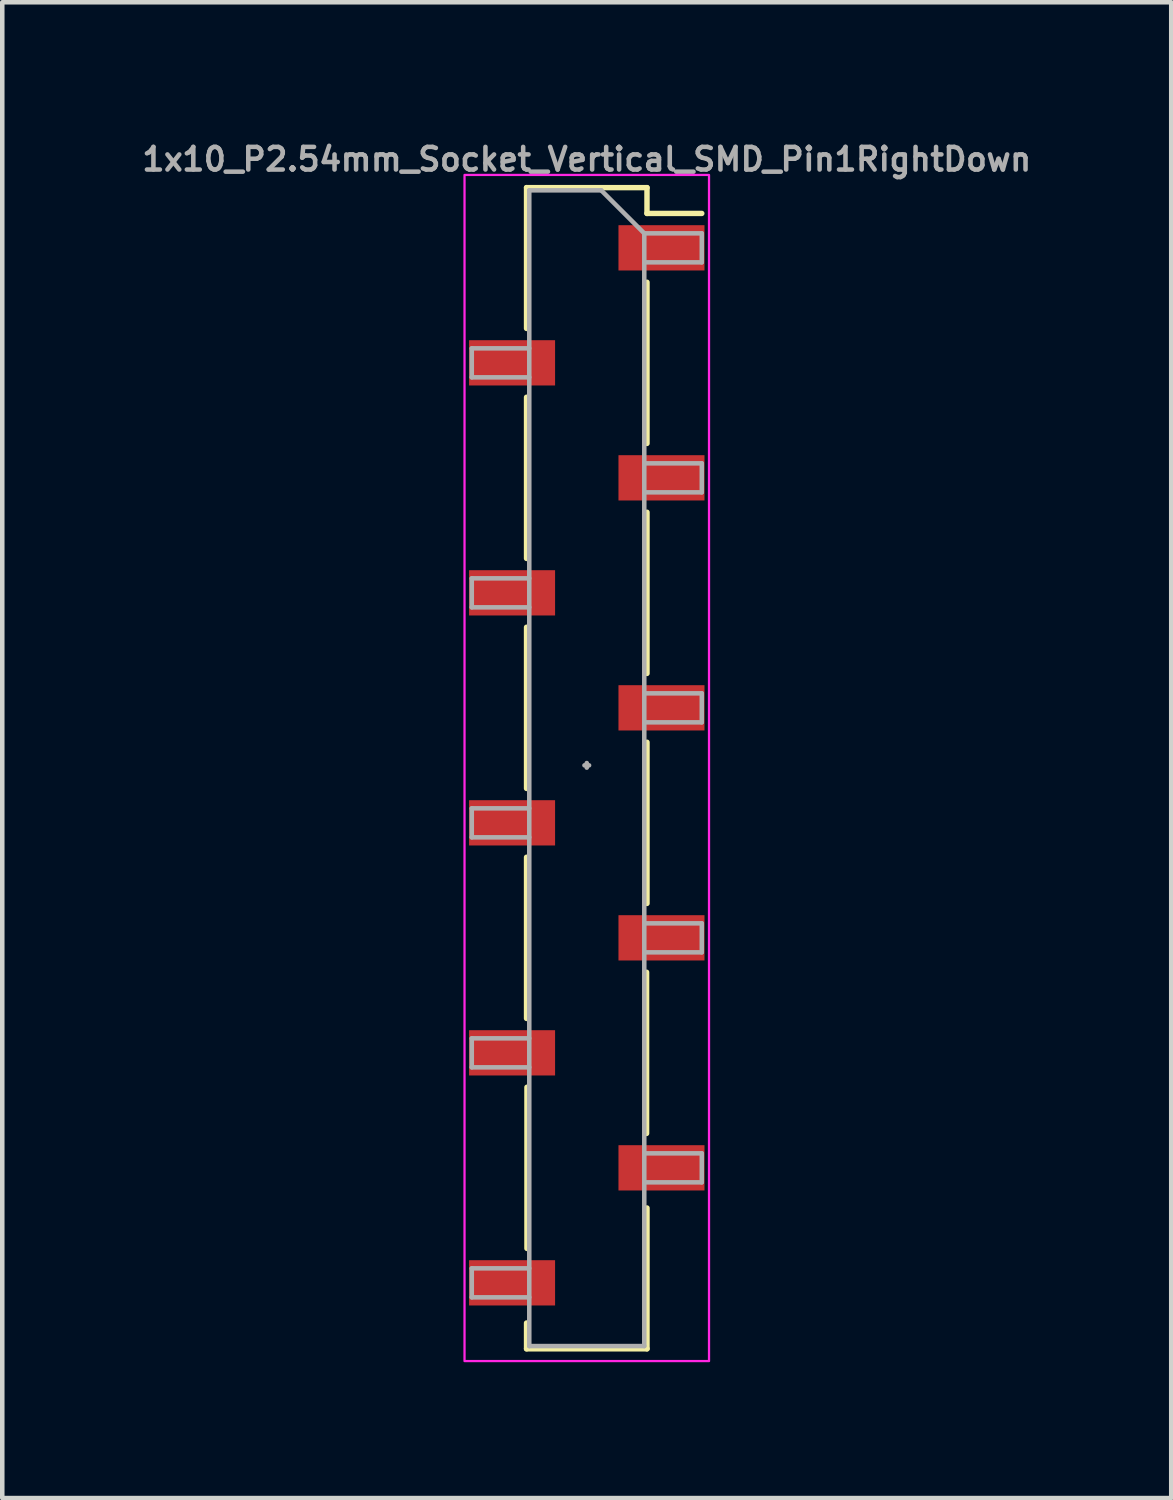
<source format=kicad_pcb>
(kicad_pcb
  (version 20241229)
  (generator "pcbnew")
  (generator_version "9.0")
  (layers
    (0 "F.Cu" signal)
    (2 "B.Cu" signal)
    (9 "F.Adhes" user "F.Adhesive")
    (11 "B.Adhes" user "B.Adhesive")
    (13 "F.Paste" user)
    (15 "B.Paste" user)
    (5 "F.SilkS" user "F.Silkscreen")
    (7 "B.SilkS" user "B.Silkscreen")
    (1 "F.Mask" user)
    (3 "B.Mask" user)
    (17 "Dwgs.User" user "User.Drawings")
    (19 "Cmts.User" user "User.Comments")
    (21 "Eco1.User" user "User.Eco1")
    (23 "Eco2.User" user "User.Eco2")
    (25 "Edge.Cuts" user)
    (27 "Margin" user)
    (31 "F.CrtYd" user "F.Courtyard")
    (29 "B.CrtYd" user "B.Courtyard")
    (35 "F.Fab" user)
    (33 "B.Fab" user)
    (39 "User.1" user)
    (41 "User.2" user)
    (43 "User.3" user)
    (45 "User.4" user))
  (footprint "1x10_P2.54mm_Socket_Vertical_SMD_Pin1RightDown"
    (layer "F.Cu")
    (at 9.91 13.854)
    (property "Reference" "1x10_P2.54mm_Socket_Vertical_SMD_Pin1RightDown" (at 0 -13.386 0) (layer "F.Fab") (effects (font (size 0.5 0.5) (thickness 0.1))))
    (attr smd)
    (fp_line (start -1.33 -12.76) (end -1.33 -9.65) (stroke (width 0.12) (type solid)) (layer "F.SilkS"))
    (fp_line (start -1.33 -12.76) (end 1.33 -12.76) (stroke (width 0.12) (type solid)) (layer "F.SilkS"))
    (fp_line (start -1.33 -8.13) (end -1.33 -4.57) (stroke (width 0.12) (type solid)) (layer "F.SilkS"))
    (fp_line (start -1.33 -3.05) (end -1.33 0.51) (stroke (width 0.12) (type solid)) (layer "F.SilkS"))
    (fp_line (start -1.33 2.03) (end -1.33 5.59) (stroke (width 0.12) (type solid)) (layer "F.SilkS"))
    (fp_line (start -1.33 12.317) (end -1.33 12.887) (stroke (width 0.12) (type solid)) (layer "F.SilkS"))
    (fp_line (start -1.33 12.887) (end 1.33 12.887) (stroke (width 0.12) (type solid)) (layer "F.SilkS"))
    (fp_line (start -1.321 7.11) (end -1.321 10.67) (stroke (width 0.12) (type solid)) (layer "F.SilkS"))
    (fp_line (start 1.321 4.57) (end 1.321 8.13) (stroke (width 0.12) (type solid)) (layer "F.SilkS"))
    (fp_line (start 1.33 -12.76) (end 1.33 -12.19) (stroke (width 0.12) (type solid)) (layer "F.SilkS"))
    (fp_line (start 1.33 -12.19) (end 2.54 -12.19) (stroke (width 0.12) (type solid)) (layer "F.SilkS"))
    (fp_line (start 1.33 -10.67) (end 1.33 -7.11) (stroke (width 0.12) (type solid)) (layer "F.SilkS"))
    (fp_line (start 1.33 -5.59) (end 1.33 -2.03) (stroke (width 0.12) (type solid)) (layer "F.SilkS"))
    (fp_line (start 1.33 -0.51) (end 1.33 3.05) (stroke (width 0.12) (type solid)) (layer "F.SilkS"))
    (fp_line (start 1.33 9.777) (end 1.33 12.887) (stroke (width 0.12) (type solid)) (layer "F.SilkS"))
    (fp_rect (start -2.7 -13.04) (end 2.7 13.158) (stroke (width 0.05) (type default)) (fill no) (layer "F.CrtYd"))
    (fp_line (start -2.54 -9.21) (end -2.54 -8.57) (stroke (width 0.1) (type solid)) (layer "F.Fab"))
    (fp_line (start -2.54 -8.57) (end -1.27 -8.57) (stroke (width 0.1) (type solid)) (layer "F.Fab"))
    (fp_line (start -2.54 -4.13) (end -2.54 -3.49) (stroke (width 0.1) (type solid)) (layer "F.Fab"))
    (fp_line (start -2.54 -3.49) (end -1.27 -3.49) (stroke (width 0.1) (type solid)) (layer "F.Fab"))
    (fp_line (start -2.54 0.95) (end -2.54 1.59) (stroke (width 0.1) (type solid)) (layer "F.Fab"))
    (fp_line (start -2.54 1.59) (end -1.27 1.59) (stroke (width 0.1) (type solid)) (layer "F.Fab"))
    (fp_line (start -2.54 6.03) (end -2.54 6.67) (stroke (width 0.1) (type solid)) (layer "F.Fab"))
    (fp_line (start -2.54 6.67) (end -1.27 6.67) (stroke (width 0.1) (type solid)) (layer "F.Fab"))
    (fp_line (start -2.54 11.11) (end -2.54 11.75) (stroke (width 0.1) (type solid)) (layer "F.Fab"))
    (fp_line (start -2.54 11.75) (end -1.27 11.75) (stroke (width 0.1) (type solid)) (layer "F.Fab"))
    (fp_line (start -1.27 -12.7) (end -1.27 12.827) (stroke (width 0.1) (type solid)) (layer "F.Fab"))
    (fp_line (start -1.27 -12.7) (end 0.32 -12.7) (stroke (width 0.1) (type solid)) (layer "F.Fab"))
    (fp_line (start -1.27 -9.21) (end -2.54 -9.21) (stroke (width 0.1) (type solid)) (layer "F.Fab"))
    (fp_line (start -1.27 -4.13) (end -2.54 -4.13) (stroke (width 0.1) (type solid)) (layer "F.Fab"))
    (fp_line (start -1.27 0.95) (end -2.54 0.95) (stroke (width 0.1) (type solid)) (layer "F.Fab"))
    (fp_line (start -1.27 6.03) (end -2.54 6.03) (stroke (width 0.1) (type solid)) (layer "F.Fab"))
    (fp_line (start -1.27 11.11) (end -2.54 11.11) (stroke (width 0.1) (type solid)) (layer "F.Fab"))
    (fp_line (start 0 -0.051) (end 0 0.051) (stroke (width 0.1) (type default)) (layer "F.Fab"))
    (fp_line (start 0.051 0) (end -0.051 0) (stroke (width 0.1) (type default)) (layer "F.Fab"))
    (fp_line (start 1.27 -11.75) (end 0.32 -12.7) (stroke (width 0.1) (type solid)) (layer "F.Fab"))
    (fp_line (start 1.27 -11.75) (end 2.54 -11.75) (stroke (width 0.1) (type solid)) (layer "F.Fab"))
    (fp_line (start 1.27 -6.67) (end 2.54 -6.67) (stroke (width 0.1) (type solid)) (layer "F.Fab"))
    (fp_line (start 1.27 -1.59) (end 2.54 -1.59) (stroke (width 0.1) (type solid)) (layer "F.Fab"))
    (fp_line (start 1.27 3.49) (end 2.54 3.49) (stroke (width 0.1) (type solid)) (layer "F.Fab"))
    (fp_line (start 1.27 8.57) (end 2.54 8.57) (stroke (width 0.1) (type solid)) (layer "F.Fab"))
    (fp_line (start 1.27 12.827) (end -1.27 12.827) (stroke (width 0.1) (type solid)) (layer "F.Fab"))
    (fp_line (start 1.27 12.827) (end 1.27 -11.75) (stroke (width 0.1) (type solid)) (layer "F.Fab"))
    (fp_line (start 2.54 -11.75) (end 2.54 -11.11) (stroke (width 0.1) (type solid)) (layer "F.Fab"))
    (fp_line (start 2.54 -11.11) (end 1.27 -11.11) (stroke (width 0.1) (type solid)) (layer "F.Fab"))
    (fp_line (start 2.54 -6.67) (end 2.54 -6.03) (stroke (width 0.1) (type solid)) (layer "F.Fab"))
    (fp_line (start 2.54 -6.03) (end 1.27 -6.03) (stroke (width 0.1) (type solid)) (layer "F.Fab"))
    (fp_line (start 2.54 -1.59) (end 2.54 -0.95) (stroke (width 0.1) (type solid)) (layer "F.Fab"))
    (fp_line (start 2.54 -0.95) (end 1.27 -0.95) (stroke (width 0.1) (type solid)) (layer "F.Fab"))
    (fp_line (start 2.54 3.49) (end 2.54 4.13) (stroke (width 0.1) (type solid)) (layer "F.Fab"))
    (fp_line (start 2.54 4.13) (end 1.27 4.13) (stroke (width 0.1) (type solid)) (layer "F.Fab"))
    (fp_line (start 2.54 8.57) (end 2.54 9.21) (stroke (width 0.1) (type solid)) (layer "F.Fab"))
    (fp_line (start 2.54 9.21) (end 1.27 9.21) (stroke (width 0.1) (type solid)) (layer "F.Fab"))
    (pad "1" smd rect (at 1.65 -11.43) (size 1.9 1) (layers "F.Cu" "F.Mask" "F.Paste"))
    (pad "2" smd rect (at -1.65 -8.89) (size 1.9 1) (layers "F.Cu" "F.Mask" "F.Paste"))
    (pad "3" smd rect (at 1.65 -6.35) (size 1.9 1) (layers "F.Cu" "F.Mask" "F.Paste"))
    (pad "4" smd rect (at -1.65 -3.81) (size 1.9 1) (layers "F.Cu" "F.Mask" "F.Paste"))
    (pad "5" smd rect (at 1.65 -1.27) (size 1.9 1) (layers "F.Cu" "F.Mask" "F.Paste"))
    (pad "6" smd rect (at -1.65 1.27) (size 1.9 1) (layers "F.Cu" "F.Mask" "F.Paste"))
    (pad "7" smd rect (at 1.65 3.81) (size 1.9 1) (layers "F.Cu" "F.Mask" "F.Paste"))
    (pad "8" smd rect (at -1.65 6.35) (size 1.9 1) (layers "F.Cu" "F.Mask" "F.Paste"))
    (pad "9" smd rect (at 1.65 8.89) (size 1.9 1) (layers "F.Cu" "F.Mask" "F.Paste"))
    (pad "10" smd rect (at -1.65 11.43) (size 1.9 1) (layers "F.Cu" "F.Mask" "F.Paste")))
  (gr_rect
    (start -3 -3)
    (end 22.819 30.037)
    (stroke (width 0.1) (type default))
    (fill no)
    (layer "Edge.Cuts")))
</source>
